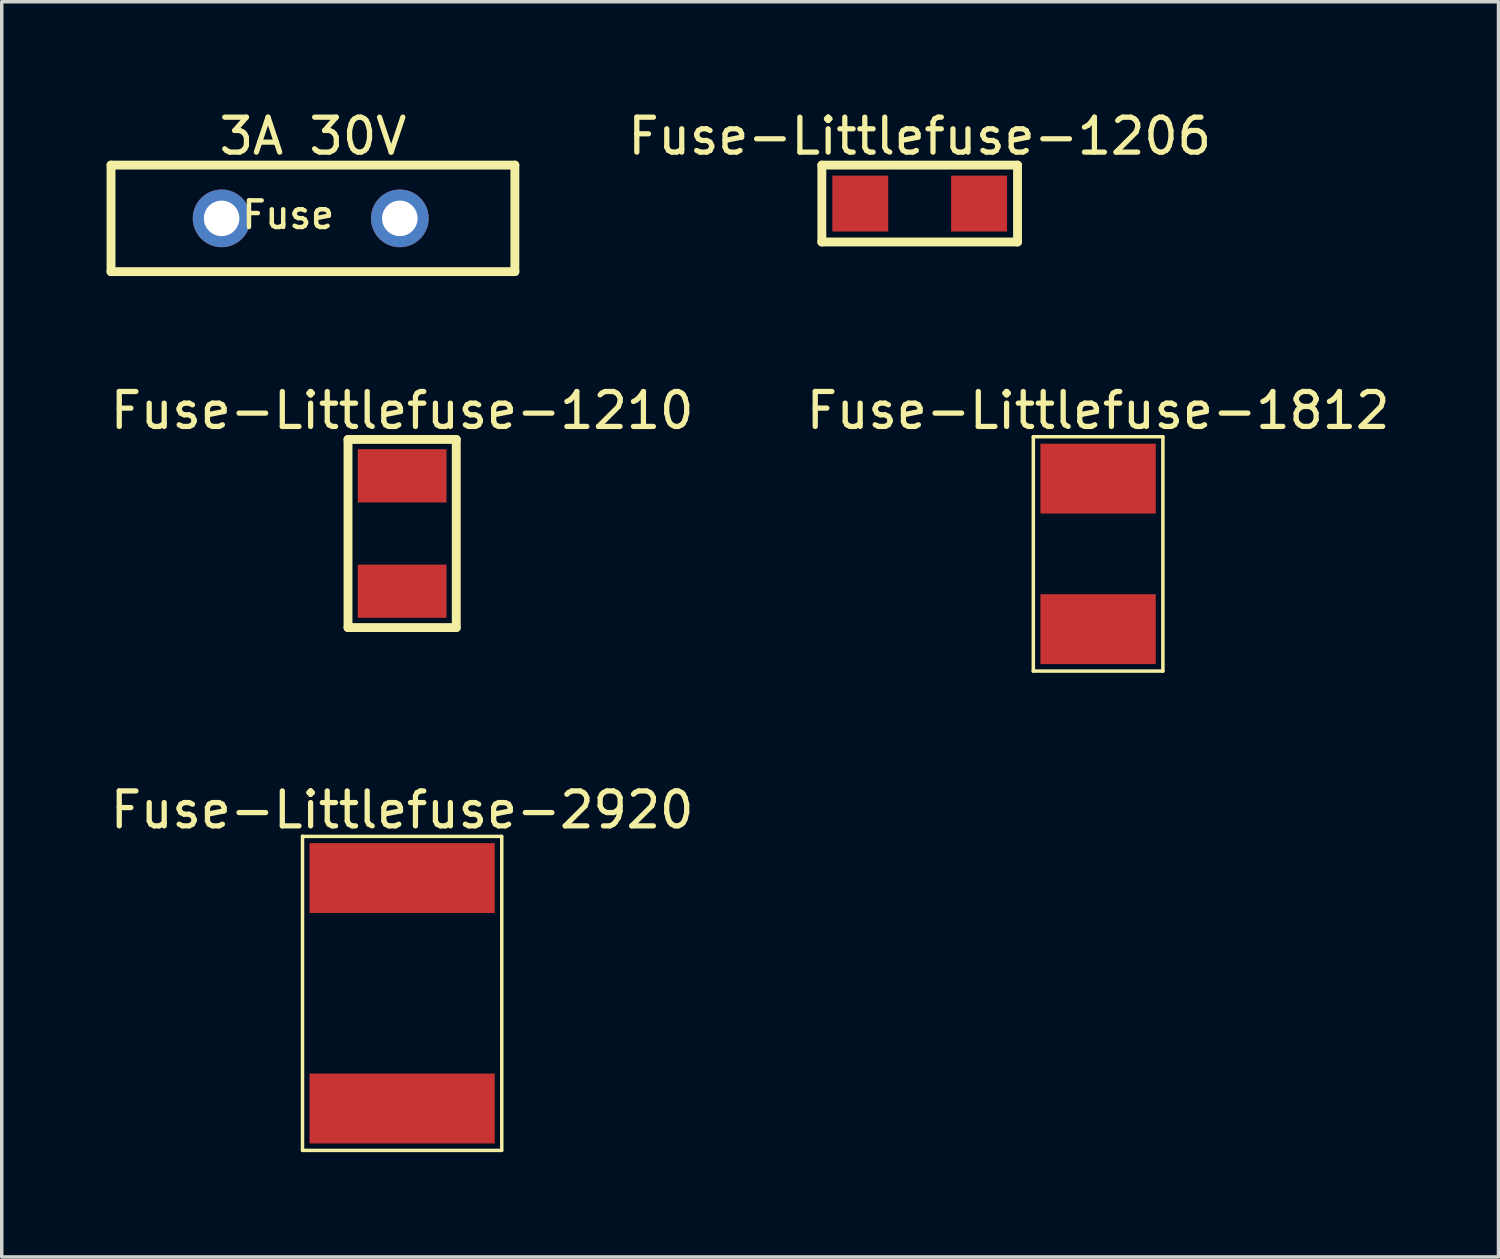
<source format=kicad_pcb>
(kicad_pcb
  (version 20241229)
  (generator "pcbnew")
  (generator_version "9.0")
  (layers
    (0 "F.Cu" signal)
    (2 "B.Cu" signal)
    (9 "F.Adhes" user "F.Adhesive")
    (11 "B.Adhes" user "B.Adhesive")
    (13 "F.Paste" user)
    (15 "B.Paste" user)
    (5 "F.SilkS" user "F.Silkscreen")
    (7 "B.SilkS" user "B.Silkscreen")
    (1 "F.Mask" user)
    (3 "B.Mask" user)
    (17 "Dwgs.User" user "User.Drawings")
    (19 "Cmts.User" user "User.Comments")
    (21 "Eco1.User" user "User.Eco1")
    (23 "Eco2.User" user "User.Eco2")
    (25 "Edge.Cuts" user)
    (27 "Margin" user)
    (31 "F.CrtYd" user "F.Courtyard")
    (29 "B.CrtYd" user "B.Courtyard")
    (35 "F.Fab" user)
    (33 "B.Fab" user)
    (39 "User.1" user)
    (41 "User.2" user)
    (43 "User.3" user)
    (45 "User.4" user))
  (footprint "3A 30V"
    (layer "F.Cu")
    (at 5.842 3.199)
    (property "Reference" "3A 30V" (at 0.064 -2.351 0) (layer "F.SilkS") (effects (font (size 1 1) (thickness 0.15))))
    (fp_line (start -5.715 -1.524) (end 5.842 -1.524) (stroke (width 0.254) (type solid)) (layer "F.SilkS"))
    (fp_line (start -5.715 1.524) (end -5.715 -1.524) (stroke (width 0.254) (type solid)) (layer "F.SilkS"))
    (fp_line (start -5.715 1.524) (end 5.842 1.524) (stroke (width 0.254) (type solid)) (layer "F.SilkS"))
    (fp_line (start 5.842 1.524) (end 5.842 -1.524) (stroke (width 0.254) (type solid)) (layer "F.SilkS"))
    (fp_text user "Fuse" (at -2.032 0.347 0) (unlocked yes) (layer "F.SilkS") (effects (font (size 0.762 0.762) (thickness 0.127)) (justify left bottom)))
    (pad "1" thru_hole circle (at -2.55 0) (size 1.651 1.651) (drill 1.016) (layers "*.Cu" "*.Mask"))
    (pad "2" thru_hole circle (at 2.55 0) (size 1.651 1.651) (drill 1.016) (layers "*.Cu" "*.Mask")))
  (footprint "Fuse-Littlefuse-1206"
    (layer "F.Cu")
    (at 23.269 2.775)
    (property "Reference" "Fuse-Littlefuse-1206" (at 0 -1.927 0) (layer "F.SilkS") (effects (font (size 1 1) (thickness 0.15))))
    (fp_line (start -2.8 -1.1) (end 2.8 -1.1) (stroke (width 0.254) (type solid)) (layer "F.SilkS"))
    (fp_line (start -2.8 1.1) (end -2.8 -1.1) (stroke (width 0.254) (type solid)) (layer "F.SilkS"))
    (fp_line (start -2.8 1.1) (end 2.8 1.1) (stroke (width 0.254) (type solid)) (layer "F.SilkS"))
    (fp_line (start 2.8 1.1) (end 2.8 -1.1) (stroke (width 0.254) (type solid)) (layer "F.SilkS"))
    (pad "1" smd rect (at -1.7 0 90) (size 1.6 1.6) (layers "F.Cu" "F.Mask" "F.Paste"))
    (pad "2" smd rect (at 1.7 0 90) (size 1.6 1.6) (layers "F.Cu" "F.Mask" "F.Paste")))
  (footprint "Fuse-Littlefuse-2920"
    (layer "F.Cu")
    (at 8.458 25.375)
    (property "Reference" "Fuse-Littlefuse-2920" (at 0 -5.246 0) (layer "F.SilkS") (effects (font (size 1 1) (thickness 0.15))))
    (fp_line (start -2.851 -4.49) (end 2.845 -4.49) (stroke (width 0.1) (type solid)) (layer "F.SilkS"))
    (fp_line (start -2.851 4.49) (end -2.851 -4.496) (stroke (width 0.1) (type solid)) (layer "F.SilkS"))
    (fp_line (start -2.851 4.49) (end -2.845 4.496) (stroke (width 0.1) (type solid)) (layer "F.SilkS"))
    (fp_line (start -2.845 4.496) (end 2.845 4.496) (stroke (width 0.1) (type solid)) (layer "F.SilkS"))
    (fp_line (start 2.851 4.496) (end 2.851 -4.49) (stroke (width 0.1) (type solid)) (layer "F.SilkS"))
    (pad "1" smd rect (at 0 -3.297) (size 5.3 2) (layers "F.Cu" "F.Mask" "F.Paste"))
    (pad "2" smd rect (at 0 3.297) (size 5.3 2) (layers "F.Cu" "F.Mask" "F.Paste")))
  (footprint "Fuse-Littlefuse-1210"
    (layer "F.Cu")
    (at 8.458 12.218)
    (property "Reference" "Fuse-Littlefuse-1210" (at 0 -3.519 0) (layer "F.SilkS") (effects (font (size 1 1) (thickness 0.15))))
    (fp_line (start -1.549 -2.692) (end 1.549 -2.692) (stroke (width 0.254) (type solid)) (layer "F.SilkS"))
    (fp_line (start -1.549 2.692) (end -1.549 -2.692) (stroke (width 0.254) (type solid)) (layer "F.SilkS"))
    (fp_line (start -1.549 2.692) (end 1.549 2.692) (stroke (width 0.254) (type solid)) (layer "F.SilkS"))
    (fp_line (start 1.549 2.692) (end 1.549 -2.692) (stroke (width 0.254) (type solid)) (layer "F.SilkS"))
    (fp_line (start -1.549 -2.718) (end 1.549 -2.718) (stroke (width 0.254) (type solid)) (layer "Eco2.User"))
    (fp_line (start -1.549 2.692) (end -1.549 -2.718) (stroke (width 0.254) (type solid)) (layer "Eco2.User"))
    (fp_line (start -1.549 2.692) (end 1.549 2.692) (stroke (width 0.254) (type solid)) (layer "Eco2.User"))
    (fp_line (start 1.549 2.692) (end 1.549 -2.718) (stroke (width 0.254) (type solid)) (layer "Eco2.User"))
    (pad "1" smd rect (at 0.00008 -1.651) (size 2.54 1.524) (layers "F.Cu" "F.Mask" "F.Paste"))
    (pad "2" smd rect (at 0.00008 1.651) (size 2.54 1.524) (layers "F.Cu" "F.Mask" "F.Paste")))
  (footprint "Fuse-Littlefuse-1812"
    (layer "F.Cu")
    (at 28.375 12.801)
    (property "Reference" "Fuse-Littlefuse-1812" (at 0 -4.103 0) (layer "F.SilkS") (effects (font (size 1 1) (thickness 0.15))))
    (fp_line (start -1.854 -3.353) (end 1.854 -3.353) (stroke (width 0.1) (type solid)) (layer "F.SilkS"))
    (fp_line (start -1.854 3.353) (end -1.854 -3.353) (stroke (width 0.1) (type solid)) (layer "F.SilkS"))
    (fp_line (start -1.854 3.353) (end 1.854 3.353) (stroke (width 0.1) (type solid)) (layer "F.SilkS"))
    (fp_line (start 1.854 3.353) (end 1.854 -3.353) (stroke (width 0.1) (type solid)) (layer "F.SilkS"))
    (fp_line (start -1.854 -3.353) (end 1.854 -3.353) (stroke (width 0.254) (type solid)) (layer "Eco2.User"))
    (fp_line (start -1.854 3.353) (end -1.854 -3.353) (stroke (width 0.254) (type solid)) (layer "Eco2.User"))
    (fp_line (start -1.854 3.353) (end 1.854 3.353) (stroke (width 0.254) (type solid)) (layer "Eco2.User"))
    (fp_line (start 1.854 3.353) (end 1.854 -3.353) (stroke (width 0.254) (type solid)) (layer "Eco2.User"))
    (pad "1" smd rect (at 0 -2.154) (size 3.3 2) (layers "F.Cu" "F.Mask" "F.Paste"))
    (pad "2" smd rect (at 0 2.154) (size 3.3 2) (layers "F.Cu" "F.Mask" "F.Paste")))
  (gr_rect
    (start -3 -3)
    (end 39.833 32.921)
    (stroke (width 0.1) (type default))
    (fill no)
    (layer "Edge.Cuts")))
</source>
